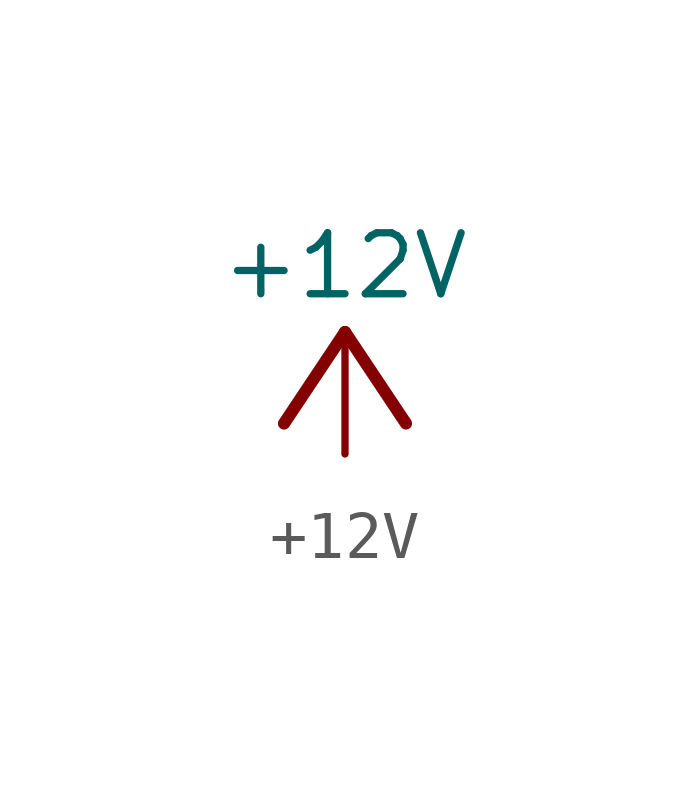
<source format=kicad_sym>
(kicad_symbol_lib
  (version 20241209)
  (generator "kicad_symbol_editor")
  (generator_version "9.0")
  (symbol "+12V"
    (power)
    (property "Reference" "#+12V"
      (at 0 0 0)
      (effects (font (size 1.27 1.27)) (hide yes)))
    (property "Value" "+12V"
      (at 0 0.635 0)
      (effects (font (size 1.27 1.27)) (justify bottom)))
    (property "ki_locked" ""
      (at 0 0 0)
      (effects (font (size 1.27 1.27))))
    (symbol "+12V_1_0"
      (polyline (pts (xy 0 0) (xy -1.27 -1.905)) (stroke (width 0.254) (type solid)) (fill (type none)))
      (polyline (pts (xy 1.27 -1.905) (xy 0 0)) (stroke (width 0.254) (type solid)) (fill (type none)))
      (pin power_in line (at 0 -2.54 90) (length 2.54) (name "+12V" (effects (font (size 0 0)))) (number "1" (effects (font (size 0 0))))))))
</source>
